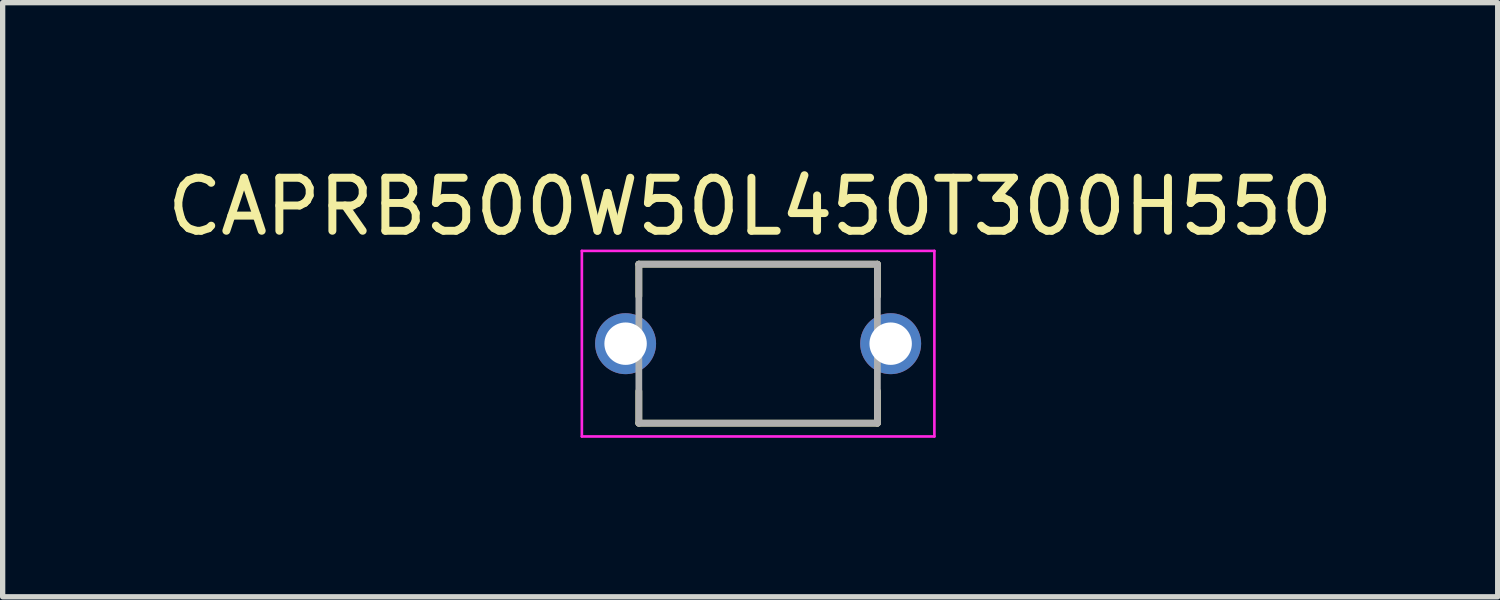
<source format=kicad_pcb>
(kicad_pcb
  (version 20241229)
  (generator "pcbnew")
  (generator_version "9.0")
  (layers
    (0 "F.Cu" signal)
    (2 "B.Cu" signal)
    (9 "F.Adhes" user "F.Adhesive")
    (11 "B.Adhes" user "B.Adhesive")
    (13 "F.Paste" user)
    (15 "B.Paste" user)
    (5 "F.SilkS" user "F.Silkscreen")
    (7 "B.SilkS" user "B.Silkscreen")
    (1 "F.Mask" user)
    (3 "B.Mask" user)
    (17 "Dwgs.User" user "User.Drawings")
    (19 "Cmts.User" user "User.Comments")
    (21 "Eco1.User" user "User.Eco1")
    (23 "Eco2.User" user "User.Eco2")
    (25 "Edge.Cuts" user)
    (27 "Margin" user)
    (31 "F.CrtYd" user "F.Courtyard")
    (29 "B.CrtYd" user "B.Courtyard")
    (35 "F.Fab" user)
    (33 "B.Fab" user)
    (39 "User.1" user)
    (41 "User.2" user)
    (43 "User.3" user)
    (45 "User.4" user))
  (footprint "CAPRB500W50L450T300H550"
    (layer "F.Cu")
    (at 11.251 3.433)
    (property "Reference" "CAPRB500W50L450T300H550" (at -0.15 -2.585 0) (layer "F.SilkS") (effects (font (size 1 1) (thickness 0.15))))
    (attr through_hole)
    (fp_line (start -2.25 -1.5) (end -2.25 -0.895) (stroke (width 0.127) (type solid)) (layer "F.SilkS"))
    (fp_line (start -2.25 -1.5) (end 2.25 -1.5) (stroke (width 0.127) (type solid)) (layer "F.SilkS"))
    (fp_line (start -2.25 1.5) (end -2.25 0.895) (stroke (width 0.127) (type solid)) (layer "F.SilkS"))
    (fp_line (start -2.25 1.5) (end 2.25 1.5) (stroke (width 0.127) (type solid)) (layer "F.SilkS"))
    (fp_line (start 2.25 -1.5) (end 2.25 -0.895) (stroke (width 0.127) (type solid)) (layer "F.SilkS"))
    (fp_line (start 2.25 1.5) (end 2.25 0.895) (stroke (width 0.127) (type solid)) (layer "F.SilkS"))
    (fp_line (start -3.325 -1.75) (end -3.325 1.75) (stroke (width 0.05) (type solid)) (layer "F.CrtYd"))
    (fp_line (start -3.325 -1.75) (end 3.325 -1.75) (stroke (width 0.05) (type solid)) (layer "F.CrtYd"))
    (fp_line (start 3.325 -1.75) (end 3.325 1.75) (stroke (width 0.05) (type solid)) (layer "F.CrtYd"))
    (fp_line (start 3.325 1.75) (end -3.325 1.75) (stroke (width 0.05) (type solid)) (layer "F.CrtYd"))
    (fp_line (start -2.25 -1.5) (end -2.25 1.5) (stroke (width 0.127) (type solid)) (layer "F.Fab"))
    (fp_line (start -2.25 -1.5) (end 2.25 -1.5) (stroke (width 0.127) (type solid)) (layer "F.Fab"))
    (fp_line (start 2.25 -1.5) (end 2.25 1.5) (stroke (width 0.127) (type solid)) (layer "F.Fab"))
    (fp_line (start 2.25 1.5) (end -2.25 1.5) (stroke (width 0.127) (type solid)) (layer "F.Fab"))
    (pad "1" thru_hole circle (at -2.5 0) (size 1.15 1.15) (drill 0.8) (layers "*.Cu" "*.Mask"))
    (pad "2" thru_hole circle (at 2.5 0) (size 1.15 1.15) (drill 0.8) (layers "*.Cu" "*.Mask")))
  (gr_rect
    (start -3 -3)
    (end 25.202 8.208)
    (stroke (width 0.1) (type default))
    (fill no)
    (layer "Edge.Cuts")))
</source>
